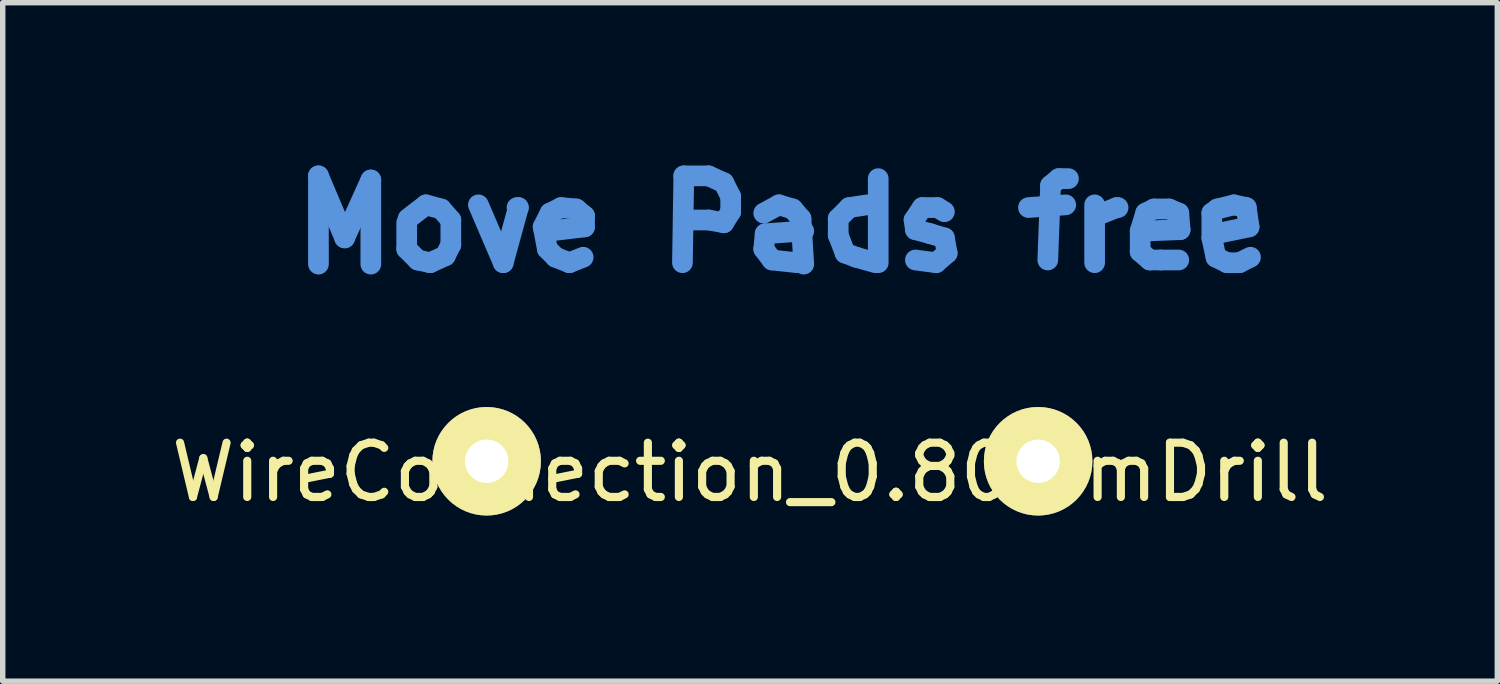
<source format=kicad_pcb>
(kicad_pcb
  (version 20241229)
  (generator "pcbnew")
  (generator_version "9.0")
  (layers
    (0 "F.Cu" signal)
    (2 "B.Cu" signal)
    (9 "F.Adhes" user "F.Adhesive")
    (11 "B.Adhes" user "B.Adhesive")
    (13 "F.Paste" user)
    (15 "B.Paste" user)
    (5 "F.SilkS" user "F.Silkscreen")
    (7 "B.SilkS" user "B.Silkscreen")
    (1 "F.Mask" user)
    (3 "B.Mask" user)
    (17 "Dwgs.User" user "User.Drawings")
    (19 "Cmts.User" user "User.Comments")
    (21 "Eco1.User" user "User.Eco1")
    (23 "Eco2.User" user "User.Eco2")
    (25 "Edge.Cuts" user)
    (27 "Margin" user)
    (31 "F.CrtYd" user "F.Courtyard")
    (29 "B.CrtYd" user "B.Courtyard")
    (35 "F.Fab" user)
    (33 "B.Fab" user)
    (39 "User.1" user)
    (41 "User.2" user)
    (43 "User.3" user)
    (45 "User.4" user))
  (footprint "WireConnection_0.80mmDrill"
    (layer "F.Cu")
    (at 5.916 5.448)
    (property "Reference" "WireConnection_0.80mmDrill" (at 4.851 0.203 0) (layer "F.SilkS") (effects (font (size 1 1) (thickness 0.15))))
    (attr through_hole)
    (fp_line (start -3.099 -5.258) (end -2.616 -4.115) (stroke (width 0.381) (type solid)) (layer "Cmts.User"))
    (fp_line (start -3.099 -3.632) (end -3.099 -5.258) (stroke (width 0.381) (type solid)) (layer "Cmts.User"))
    (fp_line (start -2.616 -4.115) (end -2.134 -5.182) (stroke (width 0.381) (type solid)) (layer "Cmts.User"))
    (fp_line (start -2.134 -5.182) (end -2.134 -3.632) (stroke (width 0.381) (type solid)) (layer "Cmts.User"))
    (fp_line (start -1.473 -4.394) (end -1.473 -3.912) (stroke (width 0.381) (type solid)) (layer "Cmts.User"))
    (fp_line (start -1.473 -3.912) (end -1.27 -3.708) (stroke (width 0.381) (type solid)) (layer "Cmts.User"))
    (fp_line (start -1.27 -3.708) (end -1.041 -3.658) (stroke (width 0.381) (type solid)) (layer "Cmts.User"))
    (fp_line (start -1.118 -4.724) (end -1.448 -4.47) (stroke (width 0.381) (type solid)) (layer "Cmts.User"))
    (fp_line (start -1.041 -3.658) (end -0.762 -3.785) (stroke (width 0.381) (type solid)) (layer "Cmts.User"))
    (fp_line (start -0.838 -4.648) (end -1.118 -4.724) (stroke (width 0.381) (type solid)) (layer "Cmts.User"))
    (fp_line (start -0.762 -3.785) (end -0.66 -3.988) (stroke (width 0.381) (type solid)) (layer "Cmts.User"))
    (fp_line (start -0.66 -4.445) (end -0.838 -4.648) (stroke (width 0.381) (type solid)) (layer "Cmts.User"))
    (fp_line (start -0.66 -3.988) (end -0.66 -4.445) (stroke (width 0.381) (type solid)) (layer "Cmts.User"))
    (fp_line (start -0.152 -4.724) (end 0.305 -3.658) (stroke (width 0.381) (type solid)) (layer "Cmts.User"))
    (fp_line (start 0.305 -3.658) (end 0.584 -4.674) (stroke (width 0.381) (type solid)) (layer "Cmts.User"))
    (fp_line (start 0.584 -4.674) (end 0.559 -4.674) (stroke (width 0.381) (type solid)) (layer "Cmts.User"))
    (fp_line (start 1.041 -4.318) (end 1.168 -4.572) (stroke (width 0.381) (type solid)) (layer "Cmts.User"))
    (fp_line (start 1.118 -3.912) (end 1.041 -4.318) (stroke (width 0.381) (type solid)) (layer "Cmts.User"))
    (fp_line (start 1.168 -4.572) (end 1.372 -4.674) (stroke (width 0.381) (type solid)) (layer "Cmts.User"))
    (fp_line (start 1.27 -3.759) (end 1.118 -3.912) (stroke (width 0.381) (type solid)) (layer "Cmts.User"))
    (fp_line (start 1.372 -4.674) (end 1.651 -4.648) (stroke (width 0.381) (type solid)) (layer "Cmts.User"))
    (fp_line (start 1.524 -3.658) (end 1.27 -3.759) (stroke (width 0.381) (type solid)) (layer "Cmts.User"))
    (fp_line (start 1.651 -4.648) (end 1.803 -4.521) (stroke (width 0.381) (type solid)) (layer "Cmts.User"))
    (fp_line (start 1.778 -3.759) (end 1.524 -3.658) (stroke (width 0.381) (type solid)) (layer "Cmts.User"))
    (fp_line (start 1.803 -4.521) (end 1.803 -4.318) (stroke (width 0.381) (type solid)) (layer "Cmts.User"))
    (fp_line (start 1.803 -4.318) (end 1.168 -4.242) (stroke (width 0.381) (type solid)) (layer "Cmts.User"))
    (fp_line (start 3.607 -3.658) (end 3.632 -5.258) (stroke (width 0.381) (type solid)) (layer "Cmts.User"))
    (fp_line (start 3.632 -5.258) (end 4.089 -5.258) (stroke (width 0.381) (type solid)) (layer "Cmts.User"))
    (fp_line (start 4.089 -5.258) (end 4.369 -5.131) (stroke (width 0.381) (type solid)) (layer "Cmts.User"))
    (fp_line (start 4.089 -4.445) (end 3.632 -4.445) (stroke (width 0.381) (type solid)) (layer "Cmts.User"))
    (fp_line (start 4.369 -5.131) (end 4.496 -4.877) (stroke (width 0.381) (type solid)) (layer "Cmts.User"))
    (fp_line (start 4.369 -4.394) (end 4.089 -4.445) (stroke (width 0.381) (type solid)) (layer "Cmts.User"))
    (fp_line (start 4.496 -4.877) (end 4.496 -4.597) (stroke (width 0.381) (type solid)) (layer "Cmts.User"))
    (fp_line (start 4.496 -4.597) (end 4.369 -4.394) (stroke (width 0.381) (type solid)) (layer "Cmts.User"))
    (fp_line (start 5.105 -4.572) (end 5.385 -4.724) (stroke (width 0.381) (type solid)) (layer "Cmts.User"))
    (fp_line (start 5.105 -3.912) (end 5.131 -4.191) (stroke (width 0.381) (type solid)) (layer "Cmts.User"))
    (fp_line (start 5.131 -4.191) (end 5.842 -4.242) (stroke (width 0.381) (type solid)) (layer "Cmts.User"))
    (fp_line (start 5.258 -3.708) (end 5.105 -3.912) (stroke (width 0.381) (type solid)) (layer "Cmts.User"))
    (fp_line (start 5.385 -4.724) (end 5.639 -4.648) (stroke (width 0.381) (type solid)) (layer "Cmts.User"))
    (fp_line (start 5.639 -4.648) (end 5.791 -4.47) (stroke (width 0.381) (type solid)) (layer "Cmts.User"))
    (fp_line (start 5.715 -3.658) (end 5.258 -3.708) (stroke (width 0.381) (type solid)) (layer "Cmts.User"))
    (fp_line (start 5.791 -4.47) (end 5.842 -3.632) (stroke (width 0.381) (type solid)) (layer "Cmts.User"))
    (fp_line (start 6.477 -4.47) (end 6.68 -4.674) (stroke (width 0.381) (type solid)) (layer "Cmts.User"))
    (fp_line (start 6.477 -4.166) (end 6.477 -4.47) (stroke (width 0.381) (type solid)) (layer "Cmts.User"))
    (fp_line (start 6.604 -3.835) (end 6.477 -4.166) (stroke (width 0.381) (type solid)) (layer "Cmts.User"))
    (fp_line (start 6.68 -4.674) (end 7.01 -4.724) (stroke (width 0.381) (type solid)) (layer "Cmts.User"))
    (fp_line (start 6.807 -3.759) (end 6.604 -3.835) (stroke (width 0.381) (type solid)) (layer "Cmts.User"))
    (fp_line (start 7.163 -3.658) (end 6.807 -3.759) (stroke (width 0.381) (type solid)) (layer "Cmts.User"))
    (fp_line (start 7.214 -5.207) (end 7.214 -3.658) (stroke (width 0.381) (type solid)) (layer "Cmts.User"))
    (fp_line (start 7.874 -4.445) (end 7.899 -4.267) (stroke (width 0.381) (type solid)) (layer "Cmts.User"))
    (fp_line (start 7.899 -4.267) (end 8.179 -4.191) (stroke (width 0.381) (type solid)) (layer "Cmts.User"))
    (fp_line (start 8.026 -4.674) (end 7.874 -4.445) (stroke (width 0.381) (type solid)) (layer "Cmts.User"))
    (fp_line (start 8.179 -4.191) (end 8.433 -4.115) (stroke (width 0.381) (type solid)) (layer "Cmts.User"))
    (fp_line (start 8.28 -3.658) (end 7.899 -3.708) (stroke (width 0.381) (type solid)) (layer "Cmts.User"))
    (fp_line (start 8.306 -4.674) (end 8.026 -4.674) (stroke (width 0.381) (type solid)) (layer "Cmts.User"))
    (fp_line (start 8.433 -4.597) (end 8.306 -4.674) (stroke (width 0.381) (type solid)) (layer "Cmts.User"))
    (fp_line (start 8.433 -4.115) (end 8.484 -3.835) (stroke (width 0.381) (type solid)) (layer "Cmts.User"))
    (fp_line (start 8.484 -3.835) (end 8.28 -3.658) (stroke (width 0.381) (type solid)) (layer "Cmts.User"))
    (fp_line (start 9.982 -4.674) (end 10.668 -4.724) (stroke (width 0.381) (type solid)) (layer "Cmts.User"))
    (fp_line (start 10.389 -5.08) (end 10.338 -3.708) (stroke (width 0.381) (type solid)) (layer "Cmts.User"))
    (fp_line (start 10.541 -5.207) (end 10.389 -5.08) (stroke (width 0.381) (type solid)) (layer "Cmts.User"))
    (fp_line (start 10.719 -5.207) (end 10.541 -5.207) (stroke (width 0.381) (type solid)) (layer "Cmts.User"))
    (fp_line (start 11.201 -4.724) (end 11.201 -3.658) (stroke (width 0.381) (type solid)) (layer "Cmts.User"))
    (fp_line (start 11.227 -4.521) (end 11.608 -4.674) (stroke (width 0.381) (type solid)) (layer "Cmts.User"))
    (fp_line (start 11.608 -4.674) (end 11.633 -4.674) (stroke (width 0.381) (type solid)) (layer "Cmts.User"))
    (fp_line (start 12.04 -4.242) (end 12.141 -4.572) (stroke (width 0.381) (type solid)) (layer "Cmts.User"))
    (fp_line (start 12.04 -3.861) (end 12.04 -4.242) (stroke (width 0.381) (type solid)) (layer "Cmts.User"))
    (fp_line (start 12.141 -4.572) (end 12.294 -4.648) (stroke (width 0.381) (type solid)) (layer "Cmts.User"))
    (fp_line (start 12.217 -3.708) (end 12.04 -3.861) (stroke (width 0.381) (type solid)) (layer "Cmts.User"))
    (fp_line (start 12.294 -4.648) (end 12.573 -4.648) (stroke (width 0.381) (type solid)) (layer "Cmts.User"))
    (fp_line (start 12.421 -3.708) (end 12.217 -3.708) (stroke (width 0.381) (type solid)) (layer "Cmts.User"))
    (fp_line (start 12.573 -4.648) (end 12.751 -4.572) (stroke (width 0.381) (type solid)) (layer "Cmts.User"))
    (fp_line (start 12.751 -4.572) (end 12.776 -4.267) (stroke (width 0.381) (type solid)) (layer "Cmts.User"))
    (fp_line (start 12.751 -3.708) (end 12.421 -3.708) (stroke (width 0.381) (type solid)) (layer "Cmts.User"))
    (fp_line (start 12.776 -4.267) (end 12.141 -4.242) (stroke (width 0.381) (type solid)) (layer "Cmts.User"))
    (fp_line (start 13.36 -4.572) (end 13.462 -4.648) (stroke (width 0.381) (type solid)) (layer "Cmts.User"))
    (fp_line (start 13.36 -4.115) (end 13.36 -4.572) (stroke (width 0.381) (type solid)) (layer "Cmts.User"))
    (fp_line (start 13.437 -4.191) (end 13.437 -4.242) (stroke (width 0.381) (type solid)) (layer "Cmts.User"))
    (fp_line (start 13.437 -3.759) (end 13.36 -4.115) (stroke (width 0.381) (type solid)) (layer "Cmts.User"))
    (fp_line (start 13.462 -4.648) (end 13.767 -4.724) (stroke (width 0.381) (type solid)) (layer "Cmts.User"))
    (fp_line (start 13.64 -3.658) (end 13.437 -3.759) (stroke (width 0.381) (type solid)) (layer "Cmts.User"))
    (fp_line (start 13.767 -4.724) (end 13.995 -4.674) (stroke (width 0.381) (type solid)) (layer "Cmts.User"))
    (fp_line (start 13.868 -3.658) (end 13.64 -3.658) (stroke (width 0.381) (type solid)) (layer "Cmts.User"))
    (fp_line (start 13.995 -4.674) (end 14.046 -4.318) (stroke (width 0.381) (type solid)) (layer "Cmts.User"))
    (fp_line (start 14.046 -4.318) (end 13.437 -4.191) (stroke (width 0.381) (type solid)) (layer "Cmts.User"))
    (fp_line (start 14.072 -3.759) (end 13.868 -3.658) (stroke (width 0.381) (type solid)) (layer "Cmts.User"))
    (pad "1" thru_hole circle (at 0 0) (size 1.999 1.999) (drill 0.8) (layers "*.Cu" "*.Mask" "F.SilkS"))
    (pad "2" thru_hole circle (at 10.16 0) (size 1.999 1.999) (drill 0.8) (layers "*.Cu" "*.Mask" "F.SilkS")))
  (gr_rect
    (start -3 -3)
    (end 24.536 9.5)
    (stroke (width 0.1) (type default))
    (fill no)
    (layer "Edge.Cuts")))
</source>
